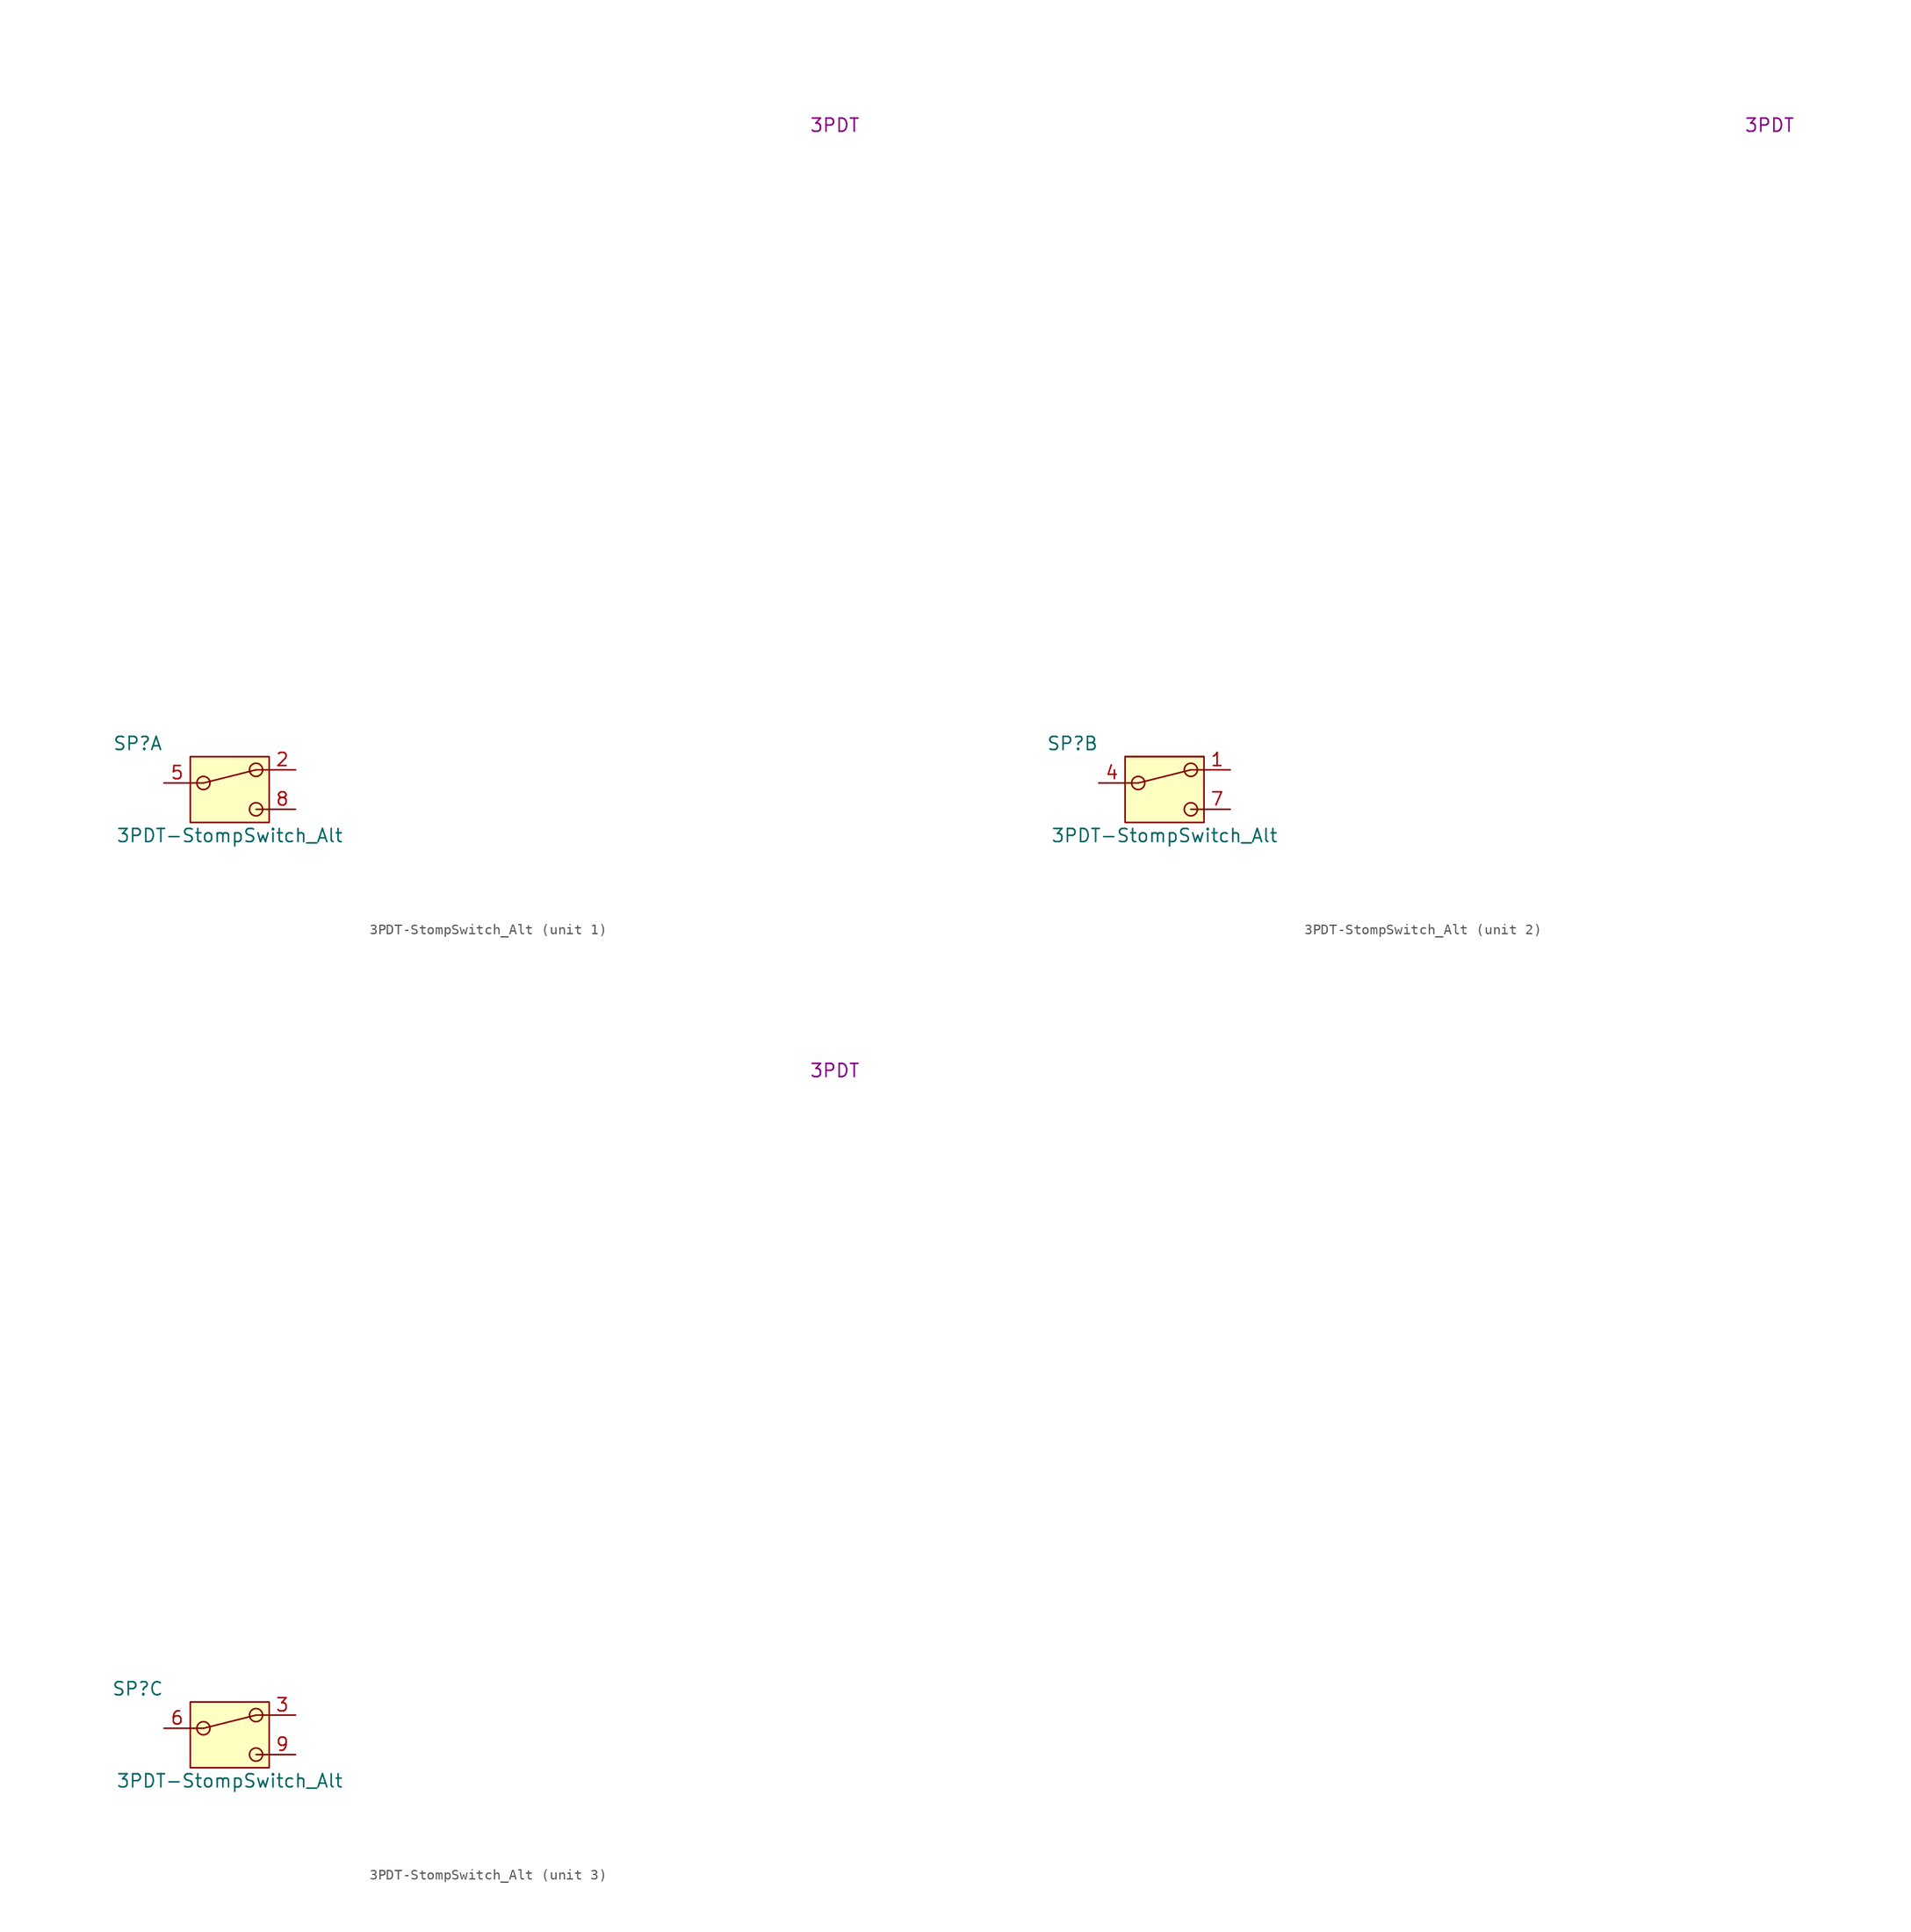
<source format=kicad_sym>
(kicad_symbol_lib
  (version 20241209)
  (generator "kicad_symbol_editor")
  (generator_version "9.0")
  (symbol "3PDT-StompSwitch_Alt"
    (pin_names
      (offset 1.016))
    (property "Reference" "SP"
      (at -8.89 3.81 0)
      (effects (font (size 1.27 1.27))))
    (property "Value" "3PDT-StompSwitch_Alt"
      (at 0 -5.08 0)
      (effects (font (size 1.27 1.27))))
    (property "_Value_" "3PDT"
      (at 58.42 63.5 0)
      (effects (font (size 1.27 1.27))))
    (property "ki_locked" ""
      (at 0 0 0)
      (effects (font (size 1.27 1.27))))
    (symbol "3PDT-StompSwitch_Alt_1_1"
      (rectangle (start -3.81 2.54) (end 3.81 -3.81) (stroke (width 0) (type solid)) (fill (type background)))
      (circle (center -2.54 0) (radius 0.635) (stroke (width 0) (type solid)) (fill (type none)))
      (polyline (pts (xy -2.54 0) (xy -3.81 0)) (stroke (width 0) (type solid)) (fill (type none)))
      (polyline (pts (xy -2.54 0) (xy 2.54 1.27)) (stroke (width 0) (type solid)) (fill (type none)))
      (circle (center 2.54 1.27) (radius 0.635) (stroke (width 0) (type solid)) (fill (type none)))
      (circle (center 2.54 -2.54) (radius 0.635) (stroke (width 0) (type solid)) (fill (type none)))
      (polyline (pts (xy 3.81 1.27) (xy 2.54 1.27)) (stroke (width 0) (type solid)) (fill (type none)))
      (polyline (pts (xy 3.81 -2.54) (xy 2.54 -2.54)) (stroke (width 0) (type solid)) (fill (type none)))
      (pin passive line (at -6.35 0 0) (length 2.54) (name "~" (effects (font (size 1.27 1.27)))) (number "5" (effects (font (size 1.27 1.27)))))
      (pin passive line (at 6.35 1.27 180) (length 2.54) (name "~" (effects (font (size 1.27 1.27)))) (number "2" (effects (font (size 1.27 1.27)))))
      (pin passive line (at 6.35 -2.54 180) (length 2.54) (name "~" (effects (font (size 1.27 1.27)))) (number "8" (effects (font (size 1.27 1.27))))))
    (symbol "3PDT-StompSwitch_Alt_2_1"
      (rectangle (start -3.81 2.54) (end 3.81 2.54) (stroke (width 0) (type solid)) (fill (type none)))
      (polyline (pts (xy -3.81 0) (xy -2.54 0)) (stroke (width 0) (type solid)) (fill (type none)))
      (circle (center -2.54 0) (radius 0.635) (stroke (width 0) (type solid)) (fill (type none)))
      (polyline (pts (xy -2.54 0) (xy 2.54 1.27)) (stroke (width 0) (type solid)) (fill (type none)))
      (circle (center 2.54 1.27) (radius 0.635) (stroke (width 0) (type solid)) (fill (type none)))
      (polyline (pts (xy 2.54 -2.54) (xy 3.81 -2.54)) (stroke (width 0) (type solid)) (fill (type none)))
      (circle (center 2.54 -2.54) (radius 0.635) (stroke (width 0) (type solid)) (fill (type none)))
      (rectangle (start 3.81 2.54) (end -3.81 -3.81) (stroke (width 0) (type solid)) (fill (type background)))
      (polyline (pts (xy 3.81 1.27) (xy 2.54 1.27)) (stroke (width 0) (type solid)) (fill (type none)))
      (pin passive line (at -6.35 0 0) (length 2.54) (name "~" (effects (font (size 1.27 1.27)))) (number "4" (effects (font (size 1.27 1.27)))))
      (pin passive line (at 6.35 1.27 180) (length 2.54) (name "~" (effects (font (size 1.27 1.27)))) (number "1" (effects (font (size 1.27 1.27)))))
      (pin passive line (at 6.35 -2.54 180) (length 2.54) (name "~" (effects (font (size 1.27 1.27)))) (number "7" (effects (font (size 1.27 1.27))))))
    (symbol "3PDT-StompSwitch_Alt_3_1"
      (rectangle (start -3.81 2.54) (end 3.81 -3.81) (stroke (width 0) (type solid)) (fill (type background)))
      (circle (center -2.54 0) (radius 0.635) (stroke (width 0) (type solid)) (fill (type none)))
      (polyline (pts (xy -2.54 0) (xy -3.81 0)) (stroke (width 0) (type solid)) (fill (type none)))
      (polyline (pts (xy -2.54 0) (xy 2.54 1.27)) (stroke (width 0) (type solid)) (fill (type none)))
      (circle (center 2.54 1.27) (radius 0.635) (stroke (width 0) (type solid)) (fill (type none)))
      (polyline (pts (xy 2.54 -2.54) (xy 3.81 -2.54)) (stroke (width 0) (type solid)) (fill (type none)))
      (circle (center 2.54 -2.54) (radius 0.635) (stroke (width 0) (type solid)) (fill (type none)))
      (polyline (pts (xy 3.81 1.27) (xy 2.54 1.27)) (stroke (width 0) (type solid)) (fill (type none)))
      (pin passive line (at -6.35 0 0) (length 2.54) (name "~" (effects (font (size 1.27 1.27)))) (number "6" (effects (font (size 1.27 1.27)))))
      (pin passive line (at 6.35 1.27 180) (length 2.54) (name "~" (effects (font (size 1.27 1.27)))) (number "3" (effects (font (size 1.27 1.27)))))
      (pin passive line (at 6.35 -2.54 180) (length 2.54) (name "~" (effects (font (size 1.27 1.27)))) (number "9" (effects (font (size 1.27 1.27))))))))
</source>
